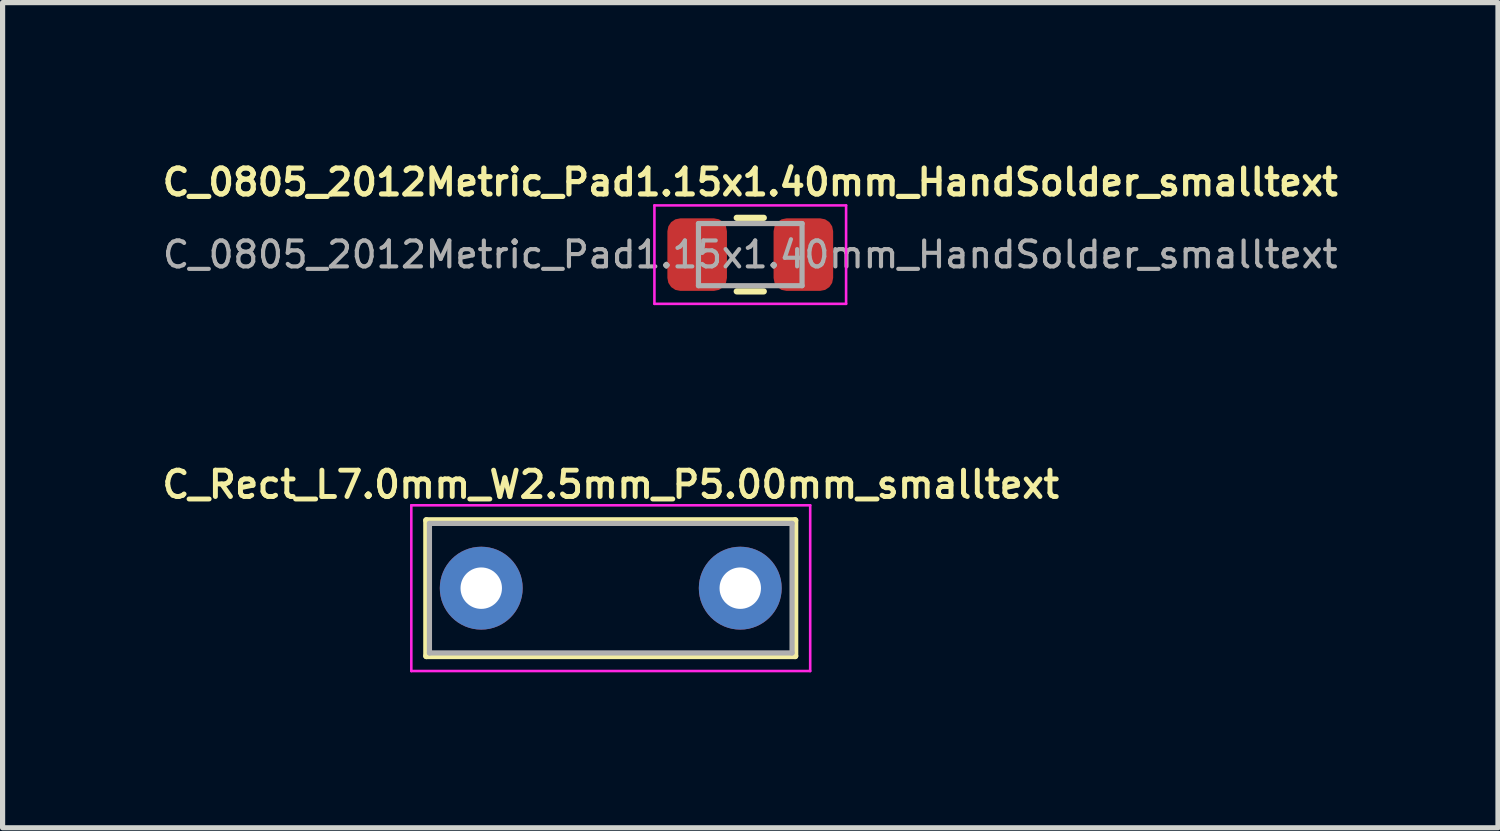
<source format=kicad_pcb>
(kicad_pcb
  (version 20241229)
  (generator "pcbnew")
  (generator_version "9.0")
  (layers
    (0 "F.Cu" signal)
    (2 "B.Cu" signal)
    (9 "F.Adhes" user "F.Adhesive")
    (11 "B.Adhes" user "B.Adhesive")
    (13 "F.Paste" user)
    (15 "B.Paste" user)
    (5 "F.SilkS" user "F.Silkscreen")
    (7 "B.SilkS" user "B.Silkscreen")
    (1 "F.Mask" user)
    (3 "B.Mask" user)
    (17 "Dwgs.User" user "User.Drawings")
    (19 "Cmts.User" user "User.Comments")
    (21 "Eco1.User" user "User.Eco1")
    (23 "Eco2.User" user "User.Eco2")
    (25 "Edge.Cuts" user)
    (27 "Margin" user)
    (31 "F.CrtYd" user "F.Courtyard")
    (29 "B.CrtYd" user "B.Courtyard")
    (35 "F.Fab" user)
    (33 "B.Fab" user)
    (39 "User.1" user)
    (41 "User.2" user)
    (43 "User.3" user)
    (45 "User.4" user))
  (footprint "C_Rect_L7.0mm_W2.5mm_P5.00mm_smalltext"
    (layer "F.Cu")
    (at 6.24 8.304)
    (property "Reference" "C_Rect_L7.0mm_W2.5mm_P5.00mm_smalltext" (at 2.5 -2 0) (layer "F.SilkS") (effects (font (size 0.508 0.508) (thickness 0.095))))
    (attr through_hole)
    (fp_line (start -1.06 -1.31) (end -1.06 1.31) (stroke (width 0.12) (type solid)) (layer "F.SilkS"))
    (fp_line (start -1.06 -1.31) (end 6.06 -1.31) (stroke (width 0.12) (type solid)) (layer "F.SilkS"))
    (fp_line (start -1.06 1.31) (end 6.06 1.31) (stroke (width 0.12) (type solid)) (layer "F.SilkS"))
    (fp_line (start 6.06 -1.31) (end 6.06 1.31) (stroke (width 0.12) (type solid)) (layer "F.SilkS"))
    (fp_line (start -1.35 -1.6) (end -1.35 1.6) (stroke (width 0.05) (type solid)) (layer "F.CrtYd"))
    (fp_line (start -1.35 1.6) (end 6.35 1.6) (stroke (width 0.05) (type solid)) (layer "F.CrtYd"))
    (fp_line (start 6.35 -1.6) (end -1.35 -1.6) (stroke (width 0.05) (type solid)) (layer "F.CrtYd"))
    (fp_line (start 6.35 1.6) (end 6.35 -1.6) (stroke (width 0.05) (type solid)) (layer "F.CrtYd"))
    (fp_line (start -1 -1.25) (end -1 1.25) (stroke (width 0.1) (type solid)) (layer "F.Fab"))
    (fp_line (start -1 1.25) (end 6 1.25) (stroke (width 0.1) (type solid)) (layer "F.Fab"))
    (fp_line (start 6 -1.25) (end -1 -1.25) (stroke (width 0.1) (type solid)) (layer "F.Fab"))
    (fp_line (start 6 1.25) (end 6 -1.25) (stroke (width 0.1) (type solid)) (layer "F.Fab"))
    (pad "1" thru_hole circle (at 0 0) (size 1.6 1.6) (drill 0.8) (layers "*.Cu" "*.Mask"))
    (pad "2" thru_hole circle (at 5 0) (size 1.6 1.6) (drill 0.8) (layers "*.Cu" "*.Mask")))
  (footprint "C_0805_2012Metric_Pad1.15x1.40mm_HandSolder_smalltext"
    (layer "F.Cu")
    (at 11.433 1.865)
    (property "Reference" "C_0805_2012Metric_Pad1.15x1.40mm_HandSolder_smalltext" (at 0 -1.397 0) (layer "F.SilkS") (effects (font (size 0.5 0.5) (thickness 0.1))))
    (attr smd)
    (fp_line (start -0.261 -0.71) (end 0.261 -0.71) (stroke (width 0.12) (type solid)) (layer "F.SilkS"))
    (fp_line (start -0.261 0.71) (end 0.261 0.71) (stroke (width 0.12) (type solid)) (layer "F.SilkS"))
    (fp_line (start -1.85 -0.95) (end 1.85 -0.95) (stroke (width 0.05) (type solid)) (layer "F.CrtYd"))
    (fp_line (start -1.85 0.95) (end -1.85 -0.95) (stroke (width 0.05) (type solid)) (layer "F.CrtYd"))
    (fp_line (start 1.85 -0.95) (end 1.85 0.95) (stroke (width 0.05) (type solid)) (layer "F.CrtYd"))
    (fp_line (start 1.85 0.95) (end -1.85 0.95) (stroke (width 0.05) (type solid)) (layer "F.CrtYd"))
    (fp_line (start -1 -0.6) (end 1 -0.6) (stroke (width 0.1) (type solid)) (layer "F.Fab"))
    (fp_line (start -1 0.6) (end -1 -0.6) (stroke (width 0.1) (type solid)) (layer "F.Fab"))
    (fp_line (start 1 -0.6) (end 1 0.6) (stroke (width 0.1) (type solid)) (layer "F.Fab"))
    (fp_line (start 1 0.6) (end -1 0.6) (stroke (width 0.1) (type solid)) (layer "F.Fab"))
    (fp_text user "${REFERENCE}" (at 0 0 0) (layer "F.Fab") (effects (font (size 0.5 0.5) (thickness 0.08))))
    (pad "1" smd roundrect (at -1.025 0) (size 1.15 1.4) (layers "F.Cu" "F.Mask" "F.Paste") (roundrect_rratio 0.217))
    (pad "2" smd roundrect (at 1.025 0) (size 1.15 1.4) (layers "F.Cu" "F.Mask" "F.Paste") (roundrect_rratio 0.217)))
  (gr_rect
    (start -3 -3)
    (end 25.867 12.929)
    (stroke (width 0.1) (type default))
    (fill no)
    (layer "Edge.Cuts")))
</source>
